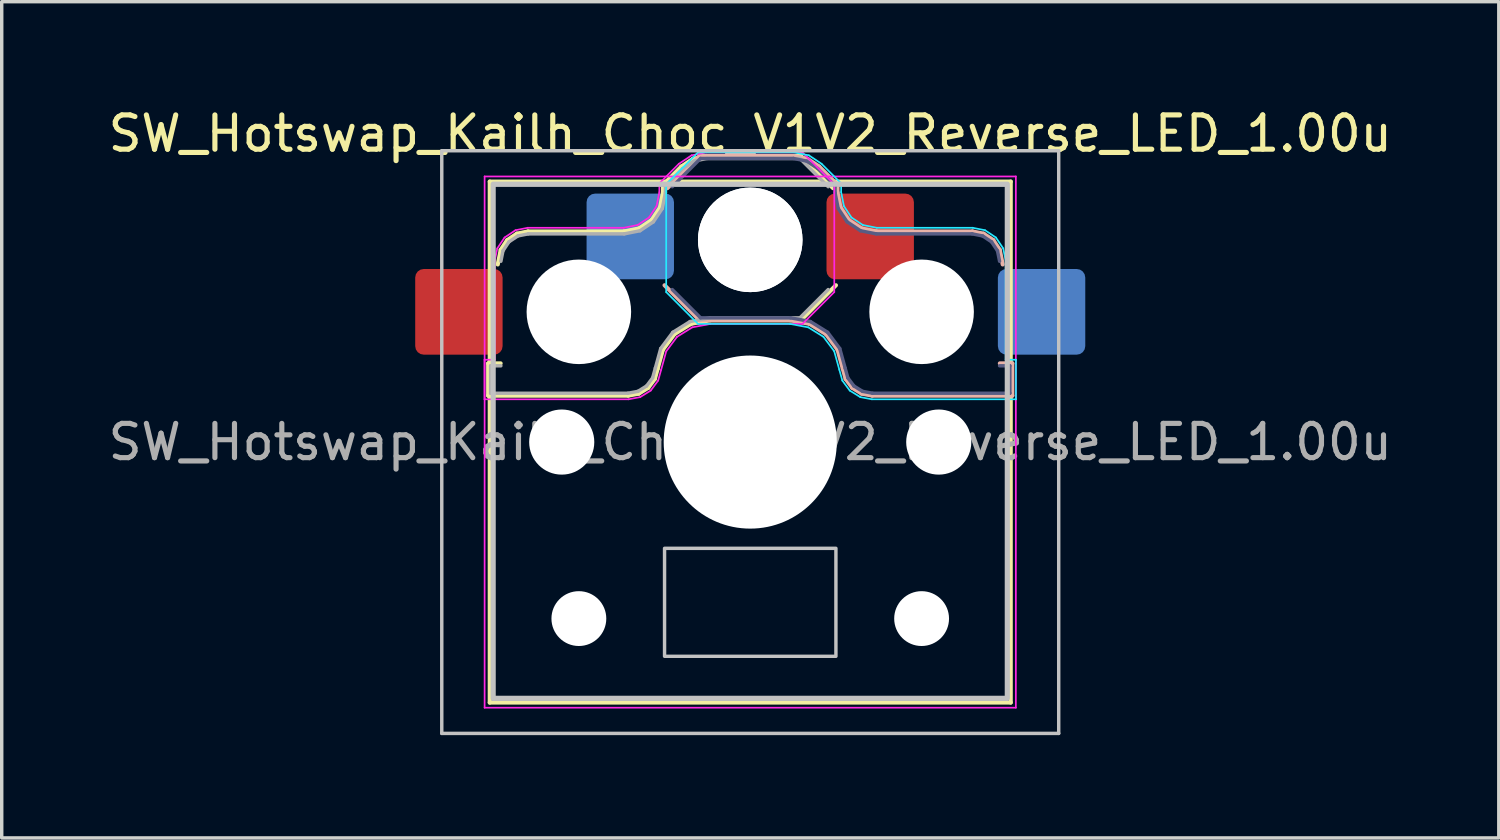
<source format=kicad_pcb>
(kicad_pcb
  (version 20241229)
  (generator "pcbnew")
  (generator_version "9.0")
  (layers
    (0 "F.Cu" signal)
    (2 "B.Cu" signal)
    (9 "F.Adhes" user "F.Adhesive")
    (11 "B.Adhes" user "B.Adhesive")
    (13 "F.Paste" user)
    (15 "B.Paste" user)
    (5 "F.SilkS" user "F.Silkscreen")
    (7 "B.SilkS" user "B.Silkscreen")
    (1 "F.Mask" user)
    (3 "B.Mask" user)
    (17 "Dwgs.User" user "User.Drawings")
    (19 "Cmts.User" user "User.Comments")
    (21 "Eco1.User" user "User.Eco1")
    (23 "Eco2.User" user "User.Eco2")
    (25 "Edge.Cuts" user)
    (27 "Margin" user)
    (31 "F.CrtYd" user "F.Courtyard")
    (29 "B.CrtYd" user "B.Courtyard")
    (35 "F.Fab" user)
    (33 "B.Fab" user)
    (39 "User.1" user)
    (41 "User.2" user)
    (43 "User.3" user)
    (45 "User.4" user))
  (footprint "SW_Hotswap_Kailh_Choc_V1V2_Reverse_LED_1.00u"
    (layer "F.Cu")
    (at 18.839 9.848)
    (property "Reference" "SW_Hotswap_Kailh_Choc_V1V2_Reverse_LED_1.00u" (at 0 -9 0) (layer "F.SilkS") (effects (font (size 1 1) (thickness 0.15))))
    (attr smd)
    (fp_line (start -7.646 -2.296) (end -7.646 -1.354) (stroke (width 0.12) (type solid)) (layer "F.SilkS"))
    (fp_line (start -7.646 -1.354) (end -3.56 -1.354) (stroke (width 0.12) (type solid)) (layer "F.SilkS"))
    (fp_line (start -7.6 -7.6) (end -7.6 7.6) (stroke (width 0.12) (type solid)) (layer "F.SilkS"))
    (fp_line (start -7.6 7.6) (end 7.6 7.6) (stroke (width 0.12) (type solid)) (layer "F.SilkS"))
    (fp_line (start -7.283 -2.296) (end -7.646 -2.296) (stroke (width 0.12) (type solid)) (layer "F.SilkS"))
    (fp_line (start -7.281 -5.609) (end -7.366 -5.182) (stroke (width 0.12) (type solid)) (layer "F.SilkS"))
    (fp_line (start -7.092 -5.892) (end -7.281 -5.609) (stroke (width 0.12) (type solid)) (layer "F.SilkS"))
    (fp_line (start -6.809 -6.081) (end -7.092 -5.892) (stroke (width 0.12) (type solid)) (layer "F.SilkS"))
    (fp_line (start -6.482 -6.146) (end -6.809 -6.081) (stroke (width 0.12) (type solid)) (layer "F.SilkS"))
    (fp_line (start -3.682 -6.146) (end -6.482 -6.146) (stroke (width 0.12) (type solid)) (layer "F.SilkS"))
    (fp_line (start -3.56 -1.354) (end -3.25 -1.413) (stroke (width 0.12) (type solid)) (layer "F.SilkS"))
    (fp_line (start -3.25 -1.413) (end -2.976 -1.583) (stroke (width 0.12) (type solid)) (layer "F.SilkS"))
    (fp_line (start -3.244 -6.233) (end -3.682 -6.146) (stroke (width 0.12) (type solid)) (layer "F.SilkS"))
    (fp_line (start -2.976 -1.583) (end -2.783 -1.841) (stroke (width 0.12) (type solid)) (layer "F.SilkS"))
    (fp_line (start -2.877 -6.477) (end -3.244 -6.233) (stroke (width 0.12) (type solid)) (layer "F.SilkS"))
    (fp_line (start -2.783 -1.841) (end -2.701 -2.139) (stroke (width 0.12) (type solid)) (layer "F.SilkS"))
    (fp_line (start -2.701 -2.139) (end -2.547 -2.697) (stroke (width 0.12) (type solid)) (layer "F.SilkS"))
    (fp_line (start -2.633 -6.844) (end -2.877 -6.477) (stroke (width 0.12) (type solid)) (layer "F.SilkS"))
    (fp_line (start -2.547 -2.697) (end -2.209 -3.15) (stroke (width 0.12) (type solid)) (layer "F.SilkS"))
    (fp_line (start -2.546 -7.504) (end -2.546 -7.282) (stroke (width 0.12) (type solid)) (layer "F.SilkS"))
    (fp_line (start -2.546 -7.282) (end -2.633 -6.844) (stroke (width 0.12) (type solid)) (layer "F.SilkS"))
    (fp_line (start -2.209 -3.15) (end -1.73 -3.449) (stroke (width 0.12) (type solid)) (layer "F.SilkS"))
    (fp_line (start -2.013 -8.037) (end -2.546 -7.504) (stroke (width 0.12) (type solid)) (layer "F.SilkS"))
    (fp_line (start -1.73 -3.449) (end -1.168 -3.554) (stroke (width 0.12) (type solid)) (layer "F.SilkS"))
    (fp_line (start -1.671 -8.266) (end -2.013 -8.037) (stroke (width 0.12) (type solid)) (layer "F.SilkS"))
    (fp_line (start -1.268 -8.346) (end -1.671 -8.266) (stroke (width 0.12) (type solid)) (layer "F.SilkS"))
    (fp_line (start -1.168 -3.554) (end 1.479 -3.554) (stroke (width 0.12) (type solid)) (layer "F.SilkS"))
    (fp_line (start 1.479 -8.346) (end -1.268 -8.346) (stroke (width 0.12) (type solid)) (layer "F.SilkS"))
    (fp_line (start 1.479 -3.554) (end 2.5 -4.575) (stroke (width 0.12) (type solid)) (layer "F.SilkS"))
    (fp_line (start 2.416 -7.409) (end 1.479 -8.346) (stroke (width 0.12) (type solid)) (layer "F.SilkS"))
    (fp_line (start 7.6 -7.6) (end -7.6 -7.6) (stroke (width 0.12) (type solid)) (layer "F.SilkS"))
    (fp_line (start 7.6 7.6) (end 7.6 -7.6) (stroke (width 0.12) (type solid)) (layer "F.SilkS"))
    (fp_line (start -2.416 -7.409) (end -1.479 -8.346) (stroke (width 0.12) (type solid)) (layer "B.SilkS"))
    (fp_line (start -1.479 -8.346) (end 1.268 -8.346) (stroke (width 0.12) (type solid)) (layer "B.SilkS"))
    (fp_line (start -1.479 -3.554) (end -2.5 -4.575) (stroke (width 0.12) (type solid)) (layer "B.SilkS"))
    (fp_line (start 1.168 -3.554) (end -1.479 -3.554) (stroke (width 0.12) (type solid)) (layer "B.SilkS"))
    (fp_line (start 1.268 -8.346) (end 1.671 -8.266) (stroke (width 0.12) (type solid)) (layer "B.SilkS"))
    (fp_line (start 1.671 -8.266) (end 2.013 -8.037) (stroke (width 0.12) (type solid)) (layer "B.SilkS"))
    (fp_line (start 1.73 -3.449) (end 1.168 -3.554) (stroke (width 0.12) (type solid)) (layer "B.SilkS"))
    (fp_line (start 2.013 -8.037) (end 2.546 -7.504) (stroke (width 0.12) (type solid)) (layer "B.SilkS"))
    (fp_line (start 2.209 -3.15) (end 1.73 -3.449) (stroke (width 0.12) (type solid)) (layer "B.SilkS"))
    (fp_line (start 2.546 -7.504) (end 2.546 -7.282) (stroke (width 0.12) (type solid)) (layer "B.SilkS"))
    (fp_line (start 2.546 -7.282) (end 2.633 -6.844) (stroke (width 0.12) (type solid)) (layer "B.SilkS"))
    (fp_line (start 2.547 -2.697) (end 2.209 -3.15) (stroke (width 0.12) (type solid)) (layer "B.SilkS"))
    (fp_line (start 2.633 -6.844) (end 2.877 -6.477) (stroke (width 0.12) (type solid)) (layer "B.SilkS"))
    (fp_line (start 2.701 -2.139) (end 2.547 -2.697) (stroke (width 0.12) (type solid)) (layer "B.SilkS"))
    (fp_line (start 2.783 -1.841) (end 2.701 -2.139) (stroke (width 0.12) (type solid)) (layer "B.SilkS"))
    (fp_line (start 2.877 -6.477) (end 3.244 -6.233) (stroke (width 0.12) (type solid)) (layer "B.SilkS"))
    (fp_line (start 2.976 -1.583) (end 2.783 -1.841) (stroke (width 0.12) (type solid)) (layer "B.SilkS"))
    (fp_line (start 3.244 -6.233) (end 3.682 -6.146) (stroke (width 0.12) (type solid)) (layer "B.SilkS"))
    (fp_line (start 3.25 -1.413) (end 2.976 -1.583) (stroke (width 0.12) (type solid)) (layer "B.SilkS"))
    (fp_line (start 3.56 -1.354) (end 3.25 -1.413) (stroke (width 0.12) (type solid)) (layer "B.SilkS"))
    (fp_line (start 3.682 -6.146) (end 6.482 -6.146) (stroke (width 0.12) (type solid)) (layer "B.SilkS"))
    (fp_line (start 6.482 -6.146) (end 6.809 -6.081) (stroke (width 0.12) (type solid)) (layer "B.SilkS"))
    (fp_line (start 6.809 -6.081) (end 7.092 -5.892) (stroke (width 0.12) (type solid)) (layer "B.SilkS"))
    (fp_line (start 7.092 -5.892) (end 7.281 -5.609) (stroke (width 0.12) (type solid)) (layer "B.SilkS"))
    (fp_line (start 7.281 -5.609) (end 7.366 -5.182) (stroke (width 0.12) (type solid)) (layer "B.SilkS"))
    (fp_line (start 7.283 -2.296) (end 7.646 -2.296) (stroke (width 0.12) (type solid)) (layer "B.SilkS"))
    (fp_line (start 7.646 -2.296) (end 7.646 -1.354) (stroke (width 0.12) (type solid)) (layer "B.SilkS"))
    (fp_line (start 7.646 -1.354) (end 3.56 -1.354) (stroke (width 0.12) (type solid)) (layer "B.SilkS"))
    (fp_line (start -9 -8.5) (end -9 8.5) (stroke (width 0.1) (type solid)) (layer "Dwgs.User"))
    (fp_line (start -9 8.5) (end 9 8.5) (stroke (width 0.1) (type solid)) (layer "Dwgs.User"))
    (fp_line (start 9 -8.5) (end -9 -8.5) (stroke (width 0.1) (type solid)) (layer "Dwgs.User"))
    (fp_line (start 9 8.5) (end 9 -8.5) (stroke (width 0.1) (type solid)) (layer "Dwgs.User"))
    (fp_rect (start -7.5 -7.525) (end 7.5 7.475) (stroke (width 0.15) (type default)) (fill no) (layer "Dwgs.User"))
    (fp_rect (start -2.5 3.1) (end 2.5 6.25) (stroke (width 0.1) (type default)) (fill no) (layer "Dwgs.User"))
    (fp_line (start -7.25 -7.25) (end -7.25 7.25) (stroke (width 0.1) (type solid)) (layer "Eco1.User"))
    (fp_line (start -7.25 7.25) (end 7.25 7.25) (stroke (width 0.1) (type solid)) (layer "Eco1.User"))
    (fp_line (start 7.25 -7.25) (end -7.25 -7.25) (stroke (width 0.1) (type solid)) (layer "Eco1.User"))
    (fp_line (start 7.25 7.25) (end 7.25 -7.25) (stroke (width 0.1) (type solid)) (layer "Eco1.User"))
    (fp_line (start -2.452 -7.523) (end -1.523 -8.452) (stroke (width 0.05) (type solid)) (layer "B.CrtYd"))
    (fp_line (start -2.452 -4.377) (end -2.452 -7.523) (stroke (width 0.05) (type solid)) (layer "B.CrtYd"))
    (fp_line (start -1.523 -8.452) (end 1.278 -8.452) (stroke (width 0.05) (type solid)) (layer "B.CrtYd"))
    (fp_line (start -1.523 -3.448) (end -2.452 -4.377) (stroke (width 0.05) (type solid)) (layer "B.CrtYd"))
    (fp_line (start 1.159 -3.448) (end -1.523 -3.448) (stroke (width 0.05) (type solid)) (layer "B.CrtYd"))
    (fp_line (start 1.278 -8.452) (end 1.712 -8.366) (stroke (width 0.05) (type solid)) (layer "B.CrtYd"))
    (fp_line (start 1.691 -3.348) (end 1.159 -3.448) (stroke (width 0.05) (type solid)) (layer "B.CrtYd"))
    (fp_line (start 1.712 -8.366) (end 2.081 -8.119) (stroke (width 0.05) (type solid)) (layer "B.CrtYd"))
    (fp_line (start 2.081 -8.119) (end 2.652 -7.548) (stroke (width 0.05) (type solid)) (layer "B.CrtYd"))
    (fp_line (start 2.136 -3.071) (end 1.691 -3.348) (stroke (width 0.05) (type solid)) (layer "B.CrtYd"))
    (fp_line (start 2.45 -2.65) (end 2.136 -3.071) (stroke (width 0.05) (type solid)) (layer "B.CrtYd"))
    (fp_line (start 2.599 -2.111) (end 2.45 -2.65) (stroke (width 0.05) (type solid)) (layer "B.CrtYd"))
    (fp_line (start 2.652 -7.548) (end 2.652 -7.292) (stroke (width 0.05) (type solid)) (layer "B.CrtYd"))
    (fp_line (start 2.652 -7.292) (end 2.733 -6.885) (stroke (width 0.05) (type solid)) (layer "B.CrtYd"))
    (fp_line (start 2.687 -1.794) (end 2.599 -2.111) (stroke (width 0.05) (type solid)) (layer "B.CrtYd"))
    (fp_line (start 2.733 -6.885) (end 2.953 -6.553) (stroke (width 0.05) (type solid)) (layer "B.CrtYd"))
    (fp_line (start 2.903 -1.503) (end 2.687 -1.794) (stroke (width 0.05) (type solid)) (layer "B.CrtYd"))
    (fp_line (start 2.953 -6.553) (end 3.285 -6.333) (stroke (width 0.05) (type solid)) (layer "B.CrtYd"))
    (fp_line (start 3.211 -1.312) (end 2.903 -1.503) (stroke (width 0.05) (type solid)) (layer "B.CrtYd"))
    (fp_line (start 3.285 -6.333) (end 3.692 -6.252) (stroke (width 0.05) (type solid)) (layer "B.CrtYd"))
    (fp_line (start 3.55 -1.248) (end 3.211 -1.312) (stroke (width 0.05) (type solid)) (layer "B.CrtYd"))
    (fp_line (start 3.692 -6.252) (end 6.492 -6.252) (stroke (width 0.05) (type solid)) (layer "B.CrtYd"))
    (fp_line (start 6.492 -6.252) (end 6.85 -6.181) (stroke (width 0.05) (type solid)) (layer "B.CrtYd"))
    (fp_line (start 6.85 -6.181) (end 7.168 -5.968) (stroke (width 0.05) (type solid)) (layer "B.CrtYd"))
    (fp_line (start 7.168 -5.968) (end 7.381 -5.65) (stroke (width 0.05) (type solid)) (layer "B.CrtYd"))
    (fp_line (start 7.381 -5.65) (end 7.452 -5.292) (stroke (width 0.05) (type solid)) (layer "B.CrtYd"))
    (fp_line (start 7.452 -5.292) (end 7.452 -2.402) (stroke (width 0.05) (type solid)) (layer "B.CrtYd"))
    (fp_line (start 7.452 -2.402) (end 7.752 -2.402) (stroke (width 0.05) (type solid)) (layer "B.CrtYd"))
    (fp_line (start 7.752 -2.402) (end 7.752 -1.248) (stroke (width 0.05) (type solid)) (layer "B.CrtYd"))
    (fp_line (start 7.752 -1.248) (end 3.55 -1.248) (stroke (width 0.05) (type solid)) (layer "B.CrtYd"))
    (fp_line (start -7.752 -2.402) (end -7.752 -1.248) (stroke (width 0.05) (type solid)) (layer "F.CrtYd"))
    (fp_line (start -7.752 -1.248) (end -3.55 -1.248) (stroke (width 0.05) (type solid)) (layer "F.CrtYd"))
    (fp_line (start -7.75 -7.75) (end -7.75 7.75) (stroke (width 0.05) (type solid)) (layer "F.CrtYd"))
    (fp_line (start -7.75 7.75) (end 7.75 7.75) (stroke (width 0.05) (type solid)) (layer "F.CrtYd"))
    (fp_line (start -7.452 -5.292) (end -7.452 -2.402) (stroke (width 0.05) (type solid)) (layer "F.CrtYd"))
    (fp_line (start -7.452 -2.402) (end -7.752 -2.402) (stroke (width 0.05) (type solid)) (layer "F.CrtYd"))
    (fp_line (start -7.381 -5.65) (end -7.452 -5.292) (stroke (width 0.05) (type solid)) (layer "F.CrtYd"))
    (fp_line (start -7.168 -5.968) (end -7.381 -5.65) (stroke (width 0.05) (type solid)) (layer "F.CrtYd"))
    (fp_line (start -6.85 -6.181) (end -7.168 -5.968) (stroke (width 0.05) (type solid)) (layer "F.CrtYd"))
    (fp_line (start -6.492 -6.252) (end -6.85 -6.181) (stroke (width 0.05) (type solid)) (layer "F.CrtYd"))
    (fp_line (start -3.692 -6.252) (end -6.492 -6.252) (stroke (width 0.05) (type solid)) (layer "F.CrtYd"))
    (fp_line (start -3.55 -1.248) (end -3.211 -1.312) (stroke (width 0.05) (type solid)) (layer "F.CrtYd"))
    (fp_line (start -3.285 -6.333) (end -3.692 -6.252) (stroke (width 0.05) (type solid)) (layer "F.CrtYd"))
    (fp_line (start -3.211 -1.312) (end -2.903 -1.503) (stroke (width 0.05) (type solid)) (layer "F.CrtYd"))
    (fp_line (start -2.953 -6.553) (end -3.285 -6.333) (stroke (width 0.05) (type solid)) (layer "F.CrtYd"))
    (fp_line (start -2.903 -1.503) (end -2.687 -1.794) (stroke (width 0.05) (type solid)) (layer "F.CrtYd"))
    (fp_line (start -2.733 -6.885) (end -2.953 -6.553) (stroke (width 0.05) (type solid)) (layer "F.CrtYd"))
    (fp_line (start -2.687 -1.794) (end -2.599 -2.111) (stroke (width 0.05) (type solid)) (layer "F.CrtYd"))
    (fp_line (start -2.652 -7.548) (end -2.652 -7.292) (stroke (width 0.05) (type solid)) (layer "F.CrtYd"))
    (fp_line (start -2.652 -7.292) (end -2.733 -6.885) (stroke (width 0.05) (type solid)) (layer "F.CrtYd"))
    (fp_line (start -2.599 -2.111) (end -2.45 -2.65) (stroke (width 0.05) (type solid)) (layer "F.CrtYd"))
    (fp_line (start -2.45 -2.65) (end -2.136 -3.071) (stroke (width 0.05) (type solid)) (layer "F.CrtYd"))
    (fp_line (start -2.136 -3.071) (end -1.691 -3.348) (stroke (width 0.05) (type solid)) (layer "F.CrtYd"))
    (fp_line (start -2.081 -8.119) (end -2.652 -7.548) (stroke (width 0.05) (type solid)) (layer "F.CrtYd"))
    (fp_line (start -1.712 -8.366) (end -2.081 -8.119) (stroke (width 0.05) (type solid)) (layer "F.CrtYd"))
    (fp_line (start -1.691 -3.348) (end -1.159 -3.448) (stroke (width 0.05) (type solid)) (layer "F.CrtYd"))
    (fp_line (start -1.278 -8.452) (end -1.712 -8.366) (stroke (width 0.05) (type solid)) (layer "F.CrtYd"))
    (fp_line (start -1.159 -3.448) (end 1.523 -3.448) (stroke (width 0.05) (type solid)) (layer "F.CrtYd"))
    (fp_line (start 1.523 -8.452) (end -1.278 -8.452) (stroke (width 0.05) (type solid)) (layer "F.CrtYd"))
    (fp_line (start 1.523 -3.448) (end 2.452 -4.377) (stroke (width 0.05) (type solid)) (layer "F.CrtYd"))
    (fp_line (start 2.452 -7.523) (end 1.523 -8.452) (stroke (width 0.05) (type solid)) (layer "F.CrtYd"))
    (fp_line (start 2.452 -4.377) (end 2.452 -7.523) (stroke (width 0.05) (type solid)) (layer "F.CrtYd"))
    (fp_line (start 7.75 -7.75) (end -7.75 -7.75) (stroke (width 0.05) (type solid)) (layer "F.CrtYd"))
    (fp_line (start 7.75 7.75) (end 7.75 -7.75) (stroke (width 0.05) (type solid)) (layer "F.CrtYd"))
    (fp_line (start -2.275 -7.45) (end -1.45 -8.275) (stroke (width 0.1) (type solid)) (layer "B.Fab"))
    (fp_line (start -1.45 -8.275) (end 1.261 -8.275) (stroke (width 0.1) (type solid)) (layer "B.Fab"))
    (fp_line (start -1.45 -3.625) (end -2.275 -4.45) (stroke (width 0.1) (type solid)) (layer "B.Fab"))
    (fp_line (start 1.175 -3.625) (end -1.45 -3.625) (stroke (width 0.1) (type solid)) (layer "B.Fab"))
    (fp_line (start 1.261 -8.275) (end 1.643 -8.199) (stroke (width 0.1) (type solid)) (layer "B.Fab"))
    (fp_line (start 1.643 -8.199) (end 1.968 -7.982) (stroke (width 0.1) (type solid)) (layer "B.Fab"))
    (fp_line (start 1.756 -3.516) (end 1.175 -3.625) (stroke (width 0.1) (type solid)) (layer "B.Fab"))
    (fp_line (start 1.968 -7.982) (end 2.475 -7.475) (stroke (width 0.1) (type solid)) (layer "B.Fab"))
    (fp_line (start 2.258 -3.203) (end 1.756 -3.516) (stroke (width 0.1) (type solid)) (layer "B.Fab"))
    (fp_line (start 2.475 -7.475) (end 2.475 -7.275) (stroke (width 0.1) (type solid)) (layer "B.Fab"))
    (fp_line (start 2.475 -7.275) (end 2.566 -6.816) (stroke (width 0.1) (type solid)) (layer "B.Fab"))
    (fp_line (start 2.566 -6.816) (end 2.826 -6.426) (stroke (width 0.1) (type solid)) (layer "B.Fab"))
    (fp_line (start 2.612 -2.729) (end 2.258 -3.203) (stroke (width 0.1) (type solid)) (layer "B.Fab"))
    (fp_line (start 2.769 -2.158) (end 2.612 -2.729) (stroke (width 0.1) (type solid)) (layer "B.Fab"))
    (fp_line (start 2.826 -6.426) (end 3.216 -6.166) (stroke (width 0.1) (type solid)) (layer "B.Fab"))
    (fp_line (start 2.848 -1.873) (end 2.769 -2.158) (stroke (width 0.1) (type solid)) (layer "B.Fab"))
    (fp_line (start 3.025 -1.636) (end 2.848 -1.873) (stroke (width 0.1) (type solid)) (layer "B.Fab"))
    (fp_line (start 3.216 -6.166) (end 3.675 -6.075) (stroke (width 0.1) (type solid)) (layer "B.Fab"))
    (fp_line (start 3.276 -1.48) (end 3.025 -1.636) (stroke (width 0.1) (type solid)) (layer "B.Fab"))
    (fp_line (start 3.567 -1.425) (end 3.276 -1.48) (stroke (width 0.1) (type solid)) (layer "B.Fab"))
    (fp_line (start 3.675 -6.075) (end 6.475 -6.075) (stroke (width 0.1) (type solid)) (layer "B.Fab"))
    (fp_line (start 6.475 -6.075) (end 6.781 -6.014) (stroke (width 0.1) (type solid)) (layer "B.Fab"))
    (fp_line (start 6.781 -6.014) (end 7.041 -5.841) (stroke (width 0.1) (type solid)) (layer "B.Fab"))
    (fp_line (start 7.041 -5.841) (end 7.214 -5.581) (stroke (width 0.1) (type solid)) (layer "B.Fab"))
    (fp_line (start 7.214 -5.581) (end 7.275 -5.275) (stroke (width 0.1) (type solid)) (layer "B.Fab"))
    (fp_line (start 7.275 -2.225) (end 7.575 -2.225) (stroke (width 0.1) (type solid)) (layer "B.Fab"))
    (fp_line (start 7.575 -2.225) (end 7.575 -1.425) (stroke (width 0.1) (type solid)) (layer "B.Fab"))
    (fp_line (start 7.575 -1.425) (end 3.567 -1.425) (stroke (width 0.1) (type solid)) (layer "B.Fab"))
    (fp_line (start -7.575 -2.225) (end -7.575 -1.425) (stroke (width 0.1) (type solid)) (layer "F.Fab"))
    (fp_line (start -7.575 -1.425) (end -3.567 -1.425) (stroke (width 0.1) (type solid)) (layer "F.Fab"))
    (fp_line (start -7.5 -7.5) (end -7.5 7.5) (stroke (width 0.1) (type solid)) (layer "F.Fab"))
    (fp_line (start -7.5 7.5) (end 7.5 7.5) (stroke (width 0.1) (type solid)) (layer "F.Fab"))
    (fp_line (start -7.275 -2.225) (end -7.575 -2.225) (stroke (width 0.1) (type solid)) (layer "F.Fab"))
    (fp_line (start -7.214 -5.581) (end -7.275 -5.275) (stroke (width 0.1) (type solid)) (layer "F.Fab"))
    (fp_line (start -7.041 -5.841) (end -7.214 -5.581) (stroke (width 0.1) (type solid)) (layer "F.Fab"))
    (fp_line (start -6.781 -6.014) (end -7.041 -5.841) (stroke (width 0.1) (type solid)) (layer "F.Fab"))
    (fp_line (start -6.475 -6.075) (end -6.781 -6.014) (stroke (width 0.1) (type solid)) (layer "F.Fab"))
    (fp_line (start -3.675 -6.075) (end -6.475 -6.075) (stroke (width 0.1) (type solid)) (layer "F.Fab"))
    (fp_line (start -3.567 -1.425) (end -3.276 -1.48) (stroke (width 0.1) (type solid)) (layer "F.Fab"))
    (fp_line (start -3.276 -1.48) (end -3.025 -1.636) (stroke (width 0.1) (type solid)) (layer "F.Fab"))
    (fp_line (start -3.216 -6.166) (end -3.675 -6.075) (stroke (width 0.1) (type solid)) (layer "F.Fab"))
    (fp_line (start -3.025 -1.636) (end -2.848 -1.873) (stroke (width 0.1) (type solid)) (layer "F.Fab"))
    (fp_line (start -2.848 -1.873) (end -2.769 -2.158) (stroke (width 0.1) (type solid)) (layer "F.Fab"))
    (fp_line (start -2.826 -6.426) (end -3.216 -6.166) (stroke (width 0.1) (type solid)) (layer "F.Fab"))
    (fp_line (start -2.769 -2.158) (end -2.612 -2.729) (stroke (width 0.1) (type solid)) (layer "F.Fab"))
    (fp_line (start -2.612 -2.729) (end -2.258 -3.203) (stroke (width 0.1) (type solid)) (layer "F.Fab"))
    (fp_line (start -2.566 -6.816) (end -2.826 -6.426) (stroke (width 0.1) (type solid)) (layer "F.Fab"))
    (fp_line (start -2.475 -7.475) (end -2.475 -7.275) (stroke (width 0.1) (type solid)) (layer "F.Fab"))
    (fp_line (start -2.475 -7.275) (end -2.566 -6.816) (stroke (width 0.1) (type solid)) (layer "F.Fab"))
    (fp_line (start -2.258 -3.203) (end -1.756 -3.516) (stroke (width 0.1) (type solid)) (layer "F.Fab"))
    (fp_line (start -1.968 -7.982) (end -2.475 -7.475) (stroke (width 0.1) (type solid)) (layer "F.Fab"))
    (fp_line (start -1.756 -3.516) (end -1.175 -3.625) (stroke (width 0.1) (type solid)) (layer "F.Fab"))
    (fp_line (start -1.643 -8.199) (end -1.968 -7.982) (stroke (width 0.1) (type solid)) (layer "F.Fab"))
    (fp_line (start -1.261 -8.275) (end -1.643 -8.199) (stroke (width 0.1) (type solid)) (layer "F.Fab"))
    (fp_line (start -1.175 -3.625) (end 1.45 -3.625) (stroke (width 0.1) (type solid)) (layer "F.Fab"))
    (fp_line (start 1.45 -8.275) (end -1.261 -8.275) (stroke (width 0.1) (type solid)) (layer "F.Fab"))
    (fp_line (start 1.45 -3.625) (end 2.275 -4.45) (stroke (width 0.1) (type solid)) (layer "F.Fab"))
    (fp_line (start 2.275 -7.45) (end 1.45 -8.275) (stroke (width 0.1) (type solid)) (layer "F.Fab"))
    (fp_line (start 7.5 -7.5) (end -7.5 -7.5) (stroke (width 0.1) (type solid)) (layer "F.Fab"))
    (fp_line (start 7.5 7.5) (end 7.5 -7.5) (stroke (width 0.1) (type solid)) (layer "F.Fab"))
    (fp_text user "${REFERENCE}" (at 0 0 0) (layer "F.Fab") (effects (font (size 1 1) (thickness 0.15))))
    (pad "" np_thru_hole circle (at -5.5 0) (size 1.9 1.9) (drill 1.9) (layers "*.Cu" "*.Mask"))
    (pad "" np_thru_hole circle (at -5 -3.8) (size 3.05 3.05) (drill 3.05) (layers "*.Cu" "*.Mask"))
    (pad "" np_thru_hole circle (at -5 5.15) (size 1.6 1.6) (drill 1.6) (layers "*.Cu" "*.Mask"))
    (pad "" np_thru_hole circle (at 0 -5.9) (size 3.05 3.05) (drill 3.05) (layers "*.Cu" "*.Mask"))
    (pad "" np_thru_hole circle (at 0 -5.9) (size 3.05 3.05) (drill 3.05) (layers "*.Cu" "*.Mask"))
    (pad "" np_thru_hole circle (at 0 0) (size 5.05 5.05) (drill 5.05) (layers "*.Cu" "*.Mask"))
    (pad "" np_thru_hole circle (at 5 -3.8) (size 3.05 3.05) (drill 3.05) (layers "*.Cu" "*.Mask"))
    (pad "" np_thru_hole circle (at 5 5.15) (size 1.6 1.6) (drill 1.6) (layers "*.Cu" "*.Mask"))
    (pad "" np_thru_hole circle (at 5.5 0) (size 1.9 1.9) (drill 1.9) (layers "*.Cu" "*.Mask"))
    (pad "1" smd roundrect (at -3.5 -6) (size 2.55 2.5) (layers "B.Cu" "B.Mask" "B.Paste") (roundrect_rratio 0.1))
    (pad "1" smd roundrect (at 3.5 -6) (size 2.55 2.5) (layers "F.Cu" "F.Mask" "F.Paste") (roundrect_rratio 0.1))
    (pad "2" smd roundrect (at -8.5 -3.8) (size 2.55 2.5) (layers "F.Cu" "F.Mask" "F.Paste") (roundrect_rratio 0.1))
    (pad "2" smd roundrect (at 8.5 -3.8) (size 2.55 2.5) (layers "B.Cu" "B.Mask" "B.Paste") (roundrect_rratio 0.1)))
  (gr_rect
    (start -3 -3)
    (end 40.679 21.398)
    (stroke (width 0.1) (type default))
    (fill no)
    (layer "Edge.Cuts")))
</source>
